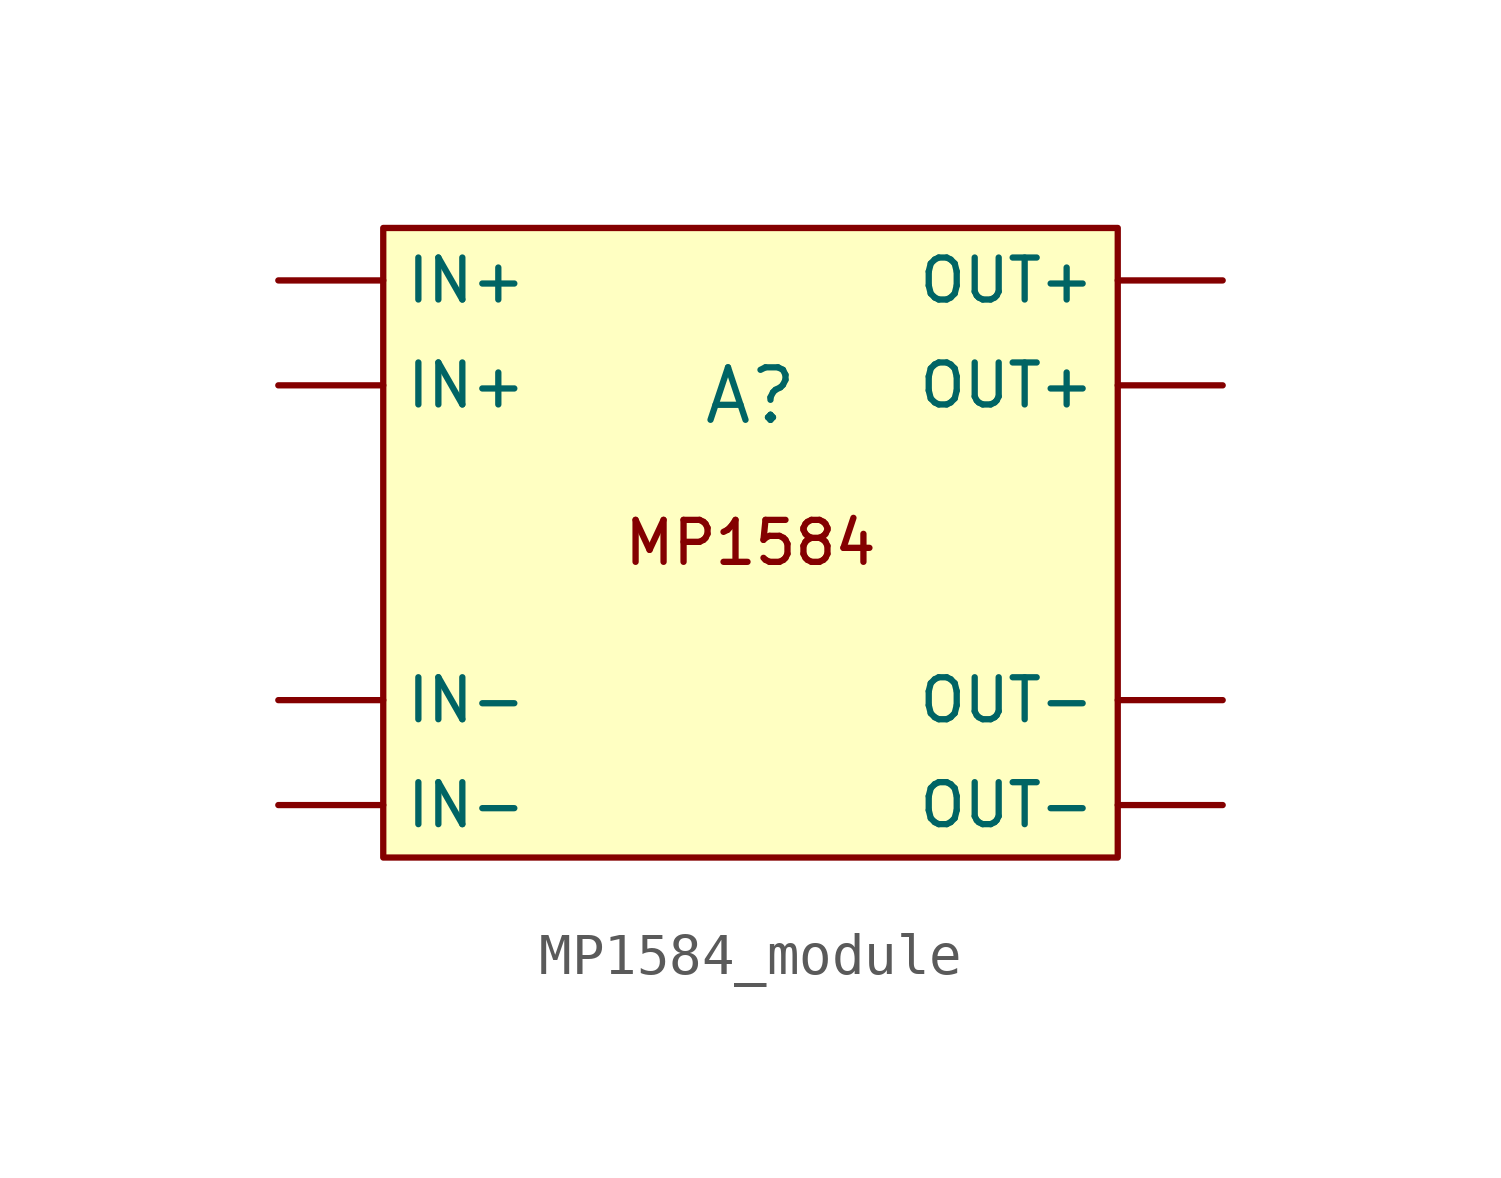
<source format=kicad_sym>
(kicad_symbol_lib
  (version 20241209)
  (generator "kicad_symbol_editor")
  (generator_version "9.0")
  (symbol "MP1584_module"
    (property "Reference" "A"
      (at 0 3.556 0)
      (effects (font (size 1.27 1.27))))
    (property "Value" ""
      (at 0 0 0)
      (effects (font (size 1.27 1.27))))
    (symbol "MP1584_module_0_1"
      (rectangle (start -8.89 7.62) (end 8.89 -7.62) (stroke (width 0) (type default)) (fill (type background))))
    (symbol "MP1584_module_1_1"
      (text "MP1584" (at 0 0 0) (effects (font (size 1.016 1.016))))
      (pin power_in line (at -11.43 6.35 0) (length 2.54) (name "IN+" (effects (font (size 1.016 1.016)))) (number "" (effects (font (size 1.27 1.27)))))
      (pin power_in line (at -11.43 3.81 0) (length 2.54) (name "IN+" (effects (font (size 1.016 1.016)))) (number "" (effects (font (size 1.27 1.27)))))
      (pin power_in line (at -11.43 -3.81 0) (length 2.54) (name "IN-" (effects (font (size 1.016 1.016)))) (number "" (effects (font (size 1.27 1.27)))))
      (pin power_in line (at -11.43 -6.35 0) (length 2.54) (name "IN-" (effects (font (size 1.016 1.016)))) (number "" (effects (font (size 1.27 1.27)))))
      (pin power_out line (at 11.43 6.35 180) (length 2.54) (name "OUT+" (effects (font (size 1.016 1.016)))) (number "" (effects (font (size 1.27 1.27)))))
      (pin power_out line (at 11.43 3.81 180) (length 2.54) (name "OUT+" (effects (font (size 1.016 1.016)))) (number "" (effects (font (size 1.27 1.27)))))
      (pin power_out line (at 11.43 -3.81 180) (length 2.54) (name "OUT-" (effects (font (size 1.016 1.016)))) (number "" (effects (font (size 1.27 1.27)))))
      (pin power_out line (at 11.43 -6.35 180) (length 2.54) (name "OUT-" (effects (font (size 1.016 1.016)))) (number "" (effects (font (size 1.27 1.27))))))))
</source>
